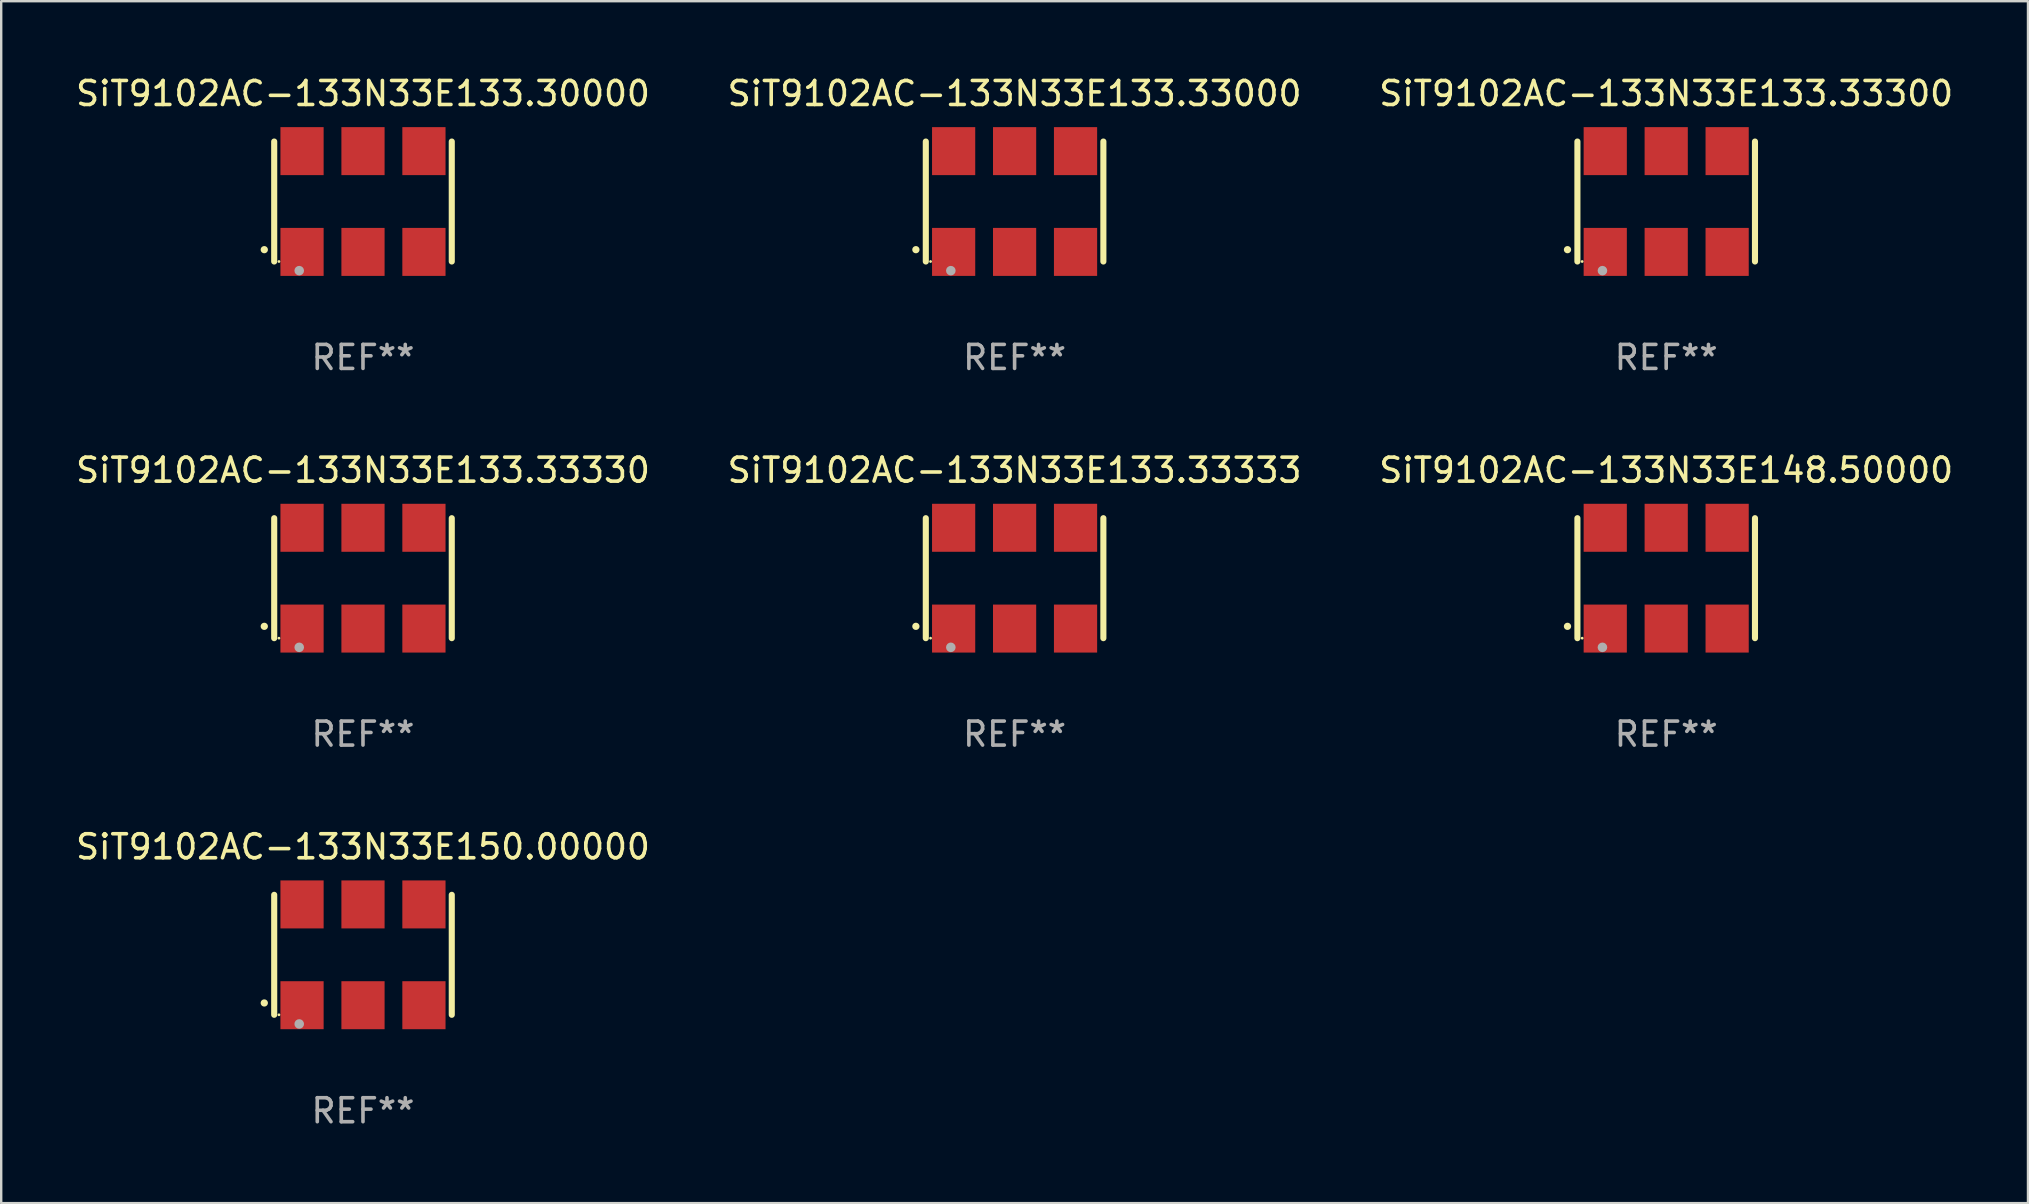
<source format=kicad_pcb>
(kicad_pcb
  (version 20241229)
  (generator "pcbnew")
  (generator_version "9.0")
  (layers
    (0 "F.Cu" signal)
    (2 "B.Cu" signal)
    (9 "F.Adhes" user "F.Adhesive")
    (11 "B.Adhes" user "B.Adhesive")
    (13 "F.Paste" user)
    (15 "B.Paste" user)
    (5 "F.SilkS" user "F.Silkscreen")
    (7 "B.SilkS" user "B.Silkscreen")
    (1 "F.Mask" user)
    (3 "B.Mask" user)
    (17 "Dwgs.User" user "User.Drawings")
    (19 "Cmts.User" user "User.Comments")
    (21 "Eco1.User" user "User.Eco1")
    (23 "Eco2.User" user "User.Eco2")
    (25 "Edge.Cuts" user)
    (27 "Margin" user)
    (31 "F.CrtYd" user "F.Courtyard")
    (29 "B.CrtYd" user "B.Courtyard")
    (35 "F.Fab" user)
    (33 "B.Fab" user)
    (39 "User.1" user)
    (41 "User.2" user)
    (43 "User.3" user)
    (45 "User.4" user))
  (footprint "SiT9102AC-133N33E133.33330"
    (layer "F.Cu")
    (at 12.077 21.045)
    (property "Reference" "SiT9102AC-133N33E133.33330" (at 0 -4.5 0) (layer "F.SilkS") (effects (font (size 1 1) (thickness 0.15))))
    (attr through_hole)
    (fp_line (start -3.7 -2.5) (end -3.7 2.5) (stroke (width 0.254) (type solid)) (layer "F.SilkS"))
    (fp_line (start 3.7 -2.5) (end 3.7 2.5) (stroke (width 0.254) (type solid)) (layer "F.SilkS"))
    (fp_arc (start -4.114415 2.006604) (mid -4.113145 2.006599) (end -4.111875 2.006604) (stroke (width 0.3) (type solid)) (layer "F.SilkS"))
    (fp_circle (center -3.502 2.5) (end -3.472 2.5) (stroke (width 0.06) (type solid)) (fill no) (layer "F.SilkS"))
    (fp_circle (center -2.657 2.882) (end -2.557 2.882) (stroke (width 0.2) (type solid)) (fill no) (layer "F.Fab"))
    (fp_text user "REF**" (at 0 6.5 0) (layer "F.Fab") (effects (font (size 1 1) (thickness 0.15))))
    (pad "1" smd rect (at -2.54 2.1) (size 1.8 2) (layers "F.Cu" "F.Mask" "F.Paste"))
    (pad "2" smd rect (at 0.000394 2.1) (size 1.8 2) (layers "F.Cu" "F.Mask" "F.Paste"))
    (pad "3" smd rect (at 2.54 2.1) (size 1.8 2) (layers "F.Cu" "F.Mask" "F.Paste"))
    (pad "4" smd rect (at 2.54 -2.1) (size 1.8 2) (layers "F.Cu" "F.Mask" "F.Paste"))
    (pad "5" smd rect (at 0.000394 -2.1) (size 1.8 2) (layers "F.Cu" "F.Mask" "F.Paste"))
    (pad "6" smd rect (at -2.54 -2.1) (size 1.8 2) (layers "F.Cu" "F.Mask" "F.Paste")))
  (footprint "SiT9102AC-133N33E133.33300"
    (layer "F.Cu")
    (at 66.387 5.348)
    (property "Reference" "SiT9102AC-133N33E133.33300" (at 0 -4.5 0) (layer "F.SilkS") (effects (font (size 1 1) (thickness 0.15))))
    (attr through_hole)
    (fp_line (start -3.7 -2.5) (end -3.7 2.5) (stroke (width 0.254) (type solid)) (layer "F.SilkS"))
    (fp_line (start 3.7 -2.5) (end 3.7 2.5) (stroke (width 0.254) (type solid)) (layer "F.SilkS"))
    (fp_arc (start -4.114415 2.006604) (mid -4.113145 2.006599) (end -4.111875 2.006604) (stroke (width 0.3) (type solid)) (layer "F.SilkS"))
    (fp_circle (center -3.502 2.5) (end -3.472 2.5) (stroke (width 0.06) (type solid)) (fill no) (layer "F.SilkS"))
    (fp_circle (center -2.657 2.882) (end -2.557 2.882) (stroke (width 0.2) (type solid)) (fill no) (layer "F.Fab"))
    (fp_text user "REF**" (at 0 6.5 0) (layer "F.Fab") (effects (font (size 1 1) (thickness 0.15))))
    (pad "1" smd rect (at -2.54 2.1) (size 1.8 2) (layers "F.Cu" "F.Mask" "F.Paste"))
    (pad "2" smd rect (at 0.000394 2.1) (size 1.8 2) (layers "F.Cu" "F.Mask" "F.Paste"))
    (pad "3" smd rect (at 2.54 2.1) (size 1.8 2) (layers "F.Cu" "F.Mask" "F.Paste"))
    (pad "4" smd rect (at 2.54 -2.1) (size 1.8 2) (layers "F.Cu" "F.Mask" "F.Paste"))
    (pad "5" smd rect (at 0.000394 -2.1) (size 1.8 2) (layers "F.Cu" "F.Mask" "F.Paste"))
    (pad "6" smd rect (at -2.54 -2.1) (size 1.8 2) (layers "F.Cu" "F.Mask" "F.Paste")))
  (footprint "SiT9102AC-133N33E150.00000"
    (layer "F.Cu")
    (at 12.077 36.741)
    (property "Reference" "SiT9102AC-133N33E150.00000" (at 0 -4.5 0) (layer "F.SilkS") (effects (font (size 1 1) (thickness 0.15))))
    (attr through_hole)
    (fp_line (start -3.7 -2.5) (end -3.7 2.5) (stroke (width 0.254) (type solid)) (layer "F.SilkS"))
    (fp_line (start 3.7 -2.5) (end 3.7 2.5) (stroke (width 0.254) (type solid)) (layer "F.SilkS"))
    (fp_arc (start -4.114415 2.006604) (mid -4.113145 2.006599) (end -4.111875 2.006604) (stroke (width 0.3) (type solid)) (layer "F.SilkS"))
    (fp_circle (center -3.502 2.5) (end -3.472 2.5) (stroke (width 0.06) (type solid)) (fill no) (layer "F.SilkS"))
    (fp_circle (center -2.657 2.882) (end -2.557 2.882) (stroke (width 0.2) (type solid)) (fill no) (layer "F.Fab"))
    (fp_text user "REF**" (at 0 6.5 0) (layer "F.Fab") (effects (font (size 1 1) (thickness 0.15))))
    (pad "1" smd rect (at -2.54 2.1) (size 1.8 2) (layers "F.Cu" "F.Mask" "F.Paste"))
    (pad "2" smd rect (at 0.000394 2.1) (size 1.8 2) (layers "F.Cu" "F.Mask" "F.Paste"))
    (pad "3" smd rect (at 2.54 2.1) (size 1.8 2) (layers "F.Cu" "F.Mask" "F.Paste"))
    (pad "4" smd rect (at 2.54 -2.1) (size 1.8 2) (layers "F.Cu" "F.Mask" "F.Paste"))
    (pad "5" smd rect (at 0.000394 -2.1) (size 1.8 2) (layers "F.Cu" "F.Mask" "F.Paste"))
    (pad "6" smd rect (at -2.54 -2.1) (size 1.8 2) (layers "F.Cu" "F.Mask" "F.Paste")))
  (footprint "SiT9102AC-133N33E133.30000"
    (layer "F.Cu")
    (at 12.077 5.348)
    (property "Reference" "SiT9102AC-133N33E133.30000" (at 0 -4.5 0) (layer "F.SilkS") (effects (font (size 1 1) (thickness 0.15))))
    (attr through_hole)
    (fp_line (start -3.7 -2.5) (end -3.7 2.5) (stroke (width 0.254) (type solid)) (layer "F.SilkS"))
    (fp_line (start 3.7 -2.5) (end 3.7 2.5) (stroke (width 0.254) (type solid)) (layer "F.SilkS"))
    (fp_arc (start -4.114415 2.006604) (mid -4.113145 2.006599) (end -4.111875 2.006604) (stroke (width 0.3) (type solid)) (layer "F.SilkS"))
    (fp_circle (center -3.502 2.5) (end -3.472 2.5) (stroke (width 0.06) (type solid)) (fill no) (layer "F.SilkS"))
    (fp_circle (center -2.657 2.882) (end -2.557 2.882) (stroke (width 0.2) (type solid)) (fill no) (layer "F.Fab"))
    (fp_text user "REF**" (at 0 6.5 0) (layer "F.Fab") (effects (font (size 1 1) (thickness 0.15))))
    (pad "1" smd rect (at -2.54 2.1) (size 1.8 2) (layers "F.Cu" "F.Mask" "F.Paste"))
    (pad "2" smd rect (at 0.000394 2.1) (size 1.8 2) (layers "F.Cu" "F.Mask" "F.Paste"))
    (pad "3" smd rect (at 2.54 2.1) (size 1.8 2) (layers "F.Cu" "F.Mask" "F.Paste"))
    (pad "4" smd rect (at 2.54 -2.1) (size 1.8 2) (layers "F.Cu" "F.Mask" "F.Paste"))
    (pad "5" smd rect (at 0.000394 -2.1) (size 1.8 2) (layers "F.Cu" "F.Mask" "F.Paste"))
    (pad "6" smd rect (at -2.54 -2.1) (size 1.8 2) (layers "F.Cu" "F.Mask" "F.Paste")))
  (footprint "SiT9102AC-133N33E133.33000"
    (layer "F.Cu")
    (at 39.232 5.348)
    (property "Reference" "SiT9102AC-133N33E133.33000" (at 0 -4.5 0) (layer "F.SilkS") (effects (font (size 1 1) (thickness 0.15))))
    (attr through_hole)
    (fp_line (start -3.7 -2.5) (end -3.7 2.5) (stroke (width 0.254) (type solid)) (layer "F.SilkS"))
    (fp_line (start 3.7 -2.5) (end 3.7 2.5) (stroke (width 0.254) (type solid)) (layer "F.SilkS"))
    (fp_arc (start -4.114415 2.006604) (mid -4.113145 2.006599) (end -4.111875 2.006604) (stroke (width 0.3) (type solid)) (layer "F.SilkS"))
    (fp_circle (center -3.502 2.5) (end -3.472 2.5) (stroke (width 0.06) (type solid)) (fill no) (layer "F.SilkS"))
    (fp_circle (center -2.657 2.882) (end -2.557 2.882) (stroke (width 0.2) (type solid)) (fill no) (layer "F.Fab"))
    (fp_text user "REF**" (at 0 6.5 0) (layer "F.Fab") (effects (font (size 1 1) (thickness 0.15))))
    (pad "1" smd rect (at -2.54 2.1) (size 1.8 2) (layers "F.Cu" "F.Mask" "F.Paste"))
    (pad "2" smd rect (at 0.000394 2.1) (size 1.8 2) (layers "F.Cu" "F.Mask" "F.Paste"))
    (pad "3" smd rect (at 2.54 2.1) (size 1.8 2) (layers "F.Cu" "F.Mask" "F.Paste"))
    (pad "4" smd rect (at 2.54 -2.1) (size 1.8 2) (layers "F.Cu" "F.Mask" "F.Paste"))
    (pad "5" smd rect (at 0.000394 -2.1) (size 1.8 2) (layers "F.Cu" "F.Mask" "F.Paste"))
    (pad "6" smd rect (at -2.54 -2.1) (size 1.8 2) (layers "F.Cu" "F.Mask" "F.Paste")))
  (footprint "SiT9102AC-133N33E133.33333"
    (layer "F.Cu")
    (at 39.232 21.045)
    (property "Reference" "SiT9102AC-133N33E133.33333" (at 0 -4.5 0) (layer "F.SilkS") (effects (font (size 1 1) (thickness 0.15))))
    (attr through_hole)
    (fp_line (start -3.7 -2.5) (end -3.7 2.5) (stroke (width 0.254) (type solid)) (layer "F.SilkS"))
    (fp_line (start 3.7 -2.5) (end 3.7 2.5) (stroke (width 0.254) (type solid)) (layer "F.SilkS"))
    (fp_arc (start -4.114415 2.006604) (mid -4.113145 2.006599) (end -4.111875 2.006604) (stroke (width 0.3) (type solid)) (layer "F.SilkS"))
    (fp_circle (center -3.502 2.5) (end -3.472 2.5) (stroke (width 0.06) (type solid)) (fill no) (layer "F.SilkS"))
    (fp_circle (center -2.657 2.882) (end -2.557 2.882) (stroke (width 0.2) (type solid)) (fill no) (layer "F.Fab"))
    (fp_text user "REF**" (at 0 6.5 0) (layer "F.Fab") (effects (font (size 1 1) (thickness 0.15))))
    (pad "1" smd rect (at -2.54 2.1) (size 1.8 2) (layers "F.Cu" "F.Mask" "F.Paste"))
    (pad "2" smd rect (at 0.000394 2.1) (size 1.8 2) (layers "F.Cu" "F.Mask" "F.Paste"))
    (pad "3" smd rect (at 2.54 2.1) (size 1.8 2) (layers "F.Cu" "F.Mask" "F.Paste"))
    (pad "4" smd rect (at 2.54 -2.1) (size 1.8 2) (layers "F.Cu" "F.Mask" "F.Paste"))
    (pad "5" smd rect (at 0.000394 -2.1) (size 1.8 2) (layers "F.Cu" "F.Mask" "F.Paste"))
    (pad "6" smd rect (at -2.54 -2.1) (size 1.8 2) (layers "F.Cu" "F.Mask" "F.Paste")))
  (footprint "SiT9102AC-133N33E148.50000"
    (layer "F.Cu")
    (at 66.387 21.045)
    (property "Reference" "SiT9102AC-133N33E148.50000" (at 0 -4.5 0) (layer "F.SilkS") (effects (font (size 1 1) (thickness 0.15))))
    (attr through_hole)
    (fp_line (start -3.7 -2.5) (end -3.7 2.5) (stroke (width 0.254) (type solid)) (layer "F.SilkS"))
    (fp_line (start 3.7 -2.5) (end 3.7 2.5) (stroke (width 0.254) (type solid)) (layer "F.SilkS"))
    (fp_arc (start -4.114415 2.006604) (mid -4.113145 2.006599) (end -4.111875 2.006604) (stroke (width 0.3) (type solid)) (layer "F.SilkS"))
    (fp_circle (center -3.502 2.5) (end -3.472 2.5) (stroke (width 0.06) (type solid)) (fill no) (layer "F.SilkS"))
    (fp_circle (center -2.657 2.882) (end -2.557 2.882) (stroke (width 0.2) (type solid)) (fill no) (layer "F.Fab"))
    (fp_text user "REF**" (at 0 6.5 0) (layer "F.Fab") (effects (font (size 1 1) (thickness 0.15))))
    (pad "1" smd rect (at -2.54 2.1) (size 1.8 2) (layers "F.Cu" "F.Mask" "F.Paste"))
    (pad "2" smd rect (at 0.000394 2.1) (size 1.8 2) (layers "F.Cu" "F.Mask" "F.Paste"))
    (pad "3" smd rect (at 2.54 2.1) (size 1.8 2) (layers "F.Cu" "F.Mask" "F.Paste"))
    (pad "4" smd rect (at 2.54 -2.1) (size 1.8 2) (layers "F.Cu" "F.Mask" "F.Paste"))
    (pad "5" smd rect (at 0.000394 -2.1) (size 1.8 2) (layers "F.Cu" "F.Mask" "F.Paste"))
    (pad "6" smd rect (at -2.54 -2.1) (size 1.8 2) (layers "F.Cu" "F.Mask" "F.Paste")))
  (gr_rect
    (start -3 -3)
    (end 81.464 47.09)
    (stroke (width 0.1) (type default))
    (fill no)
    (layer "Edge.Cuts")))
</source>
